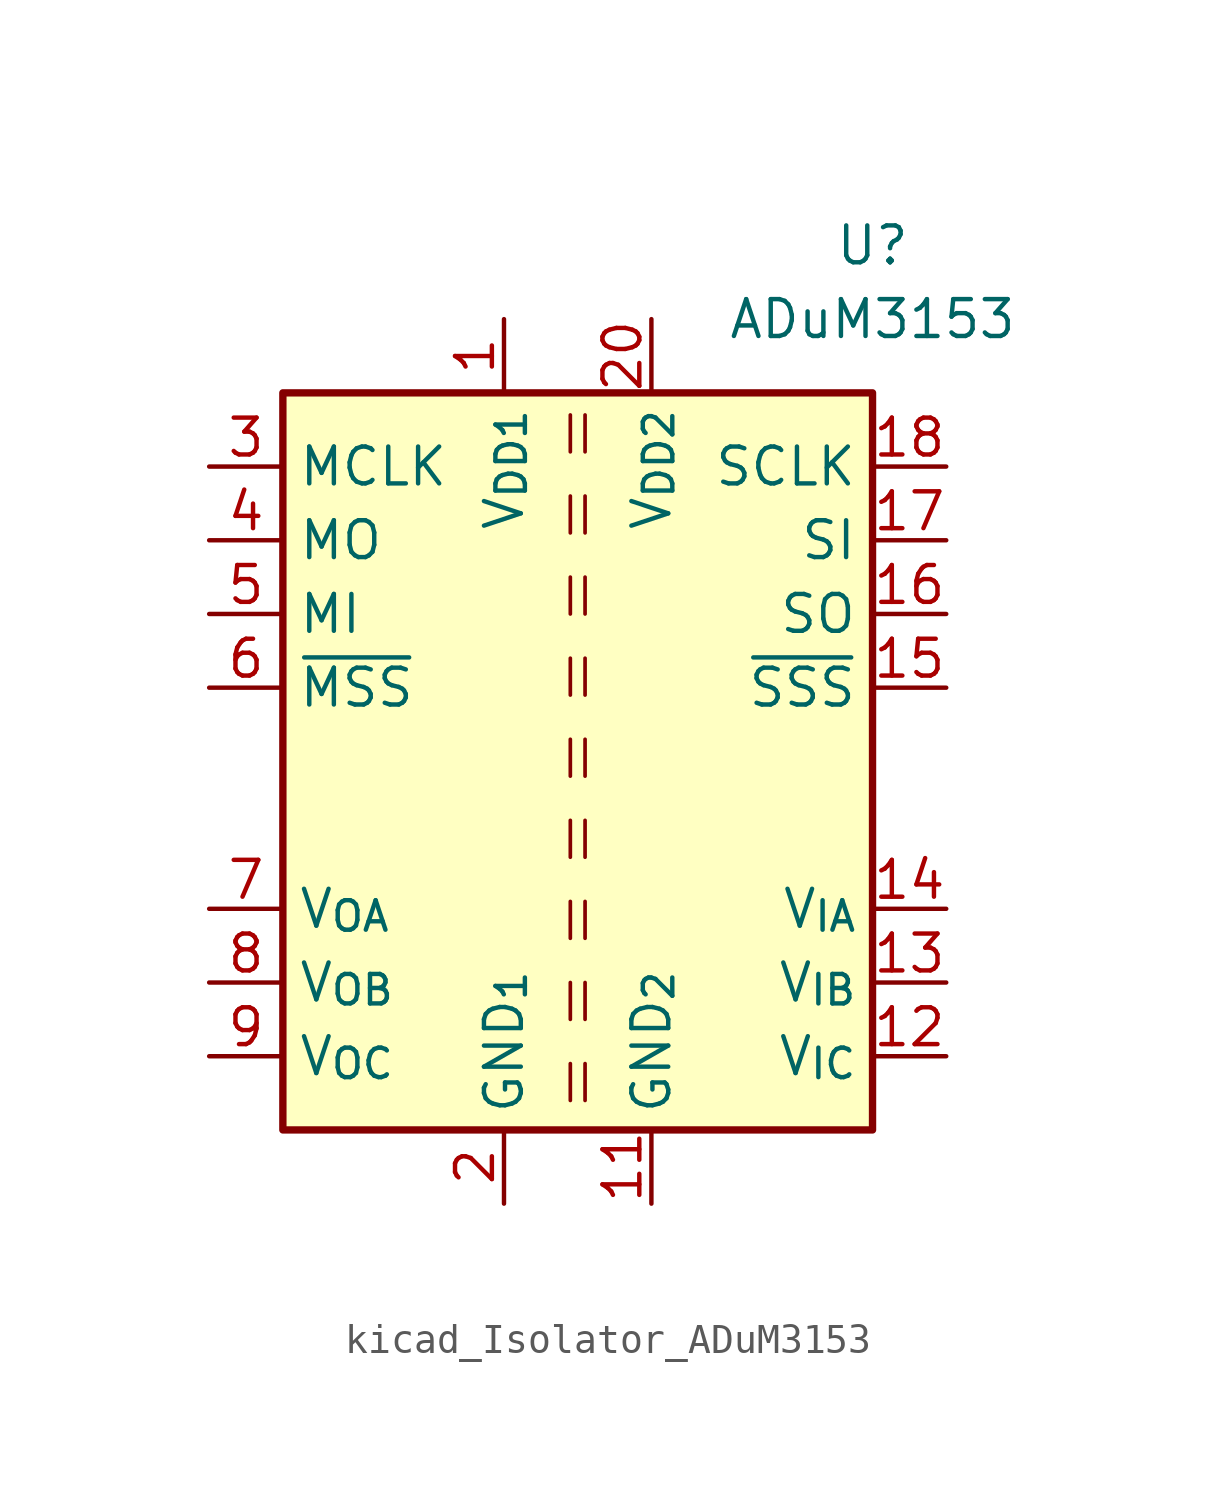
<source format=kicad_sym>
(kicad_symbol_lib
  (version 20220914)
  (generator kicad_symbol_editor)
  (symbol "kicad_Isolator_ADuM3153"
    (property "Reference" "U"
      (at 10.16 17.78 0)
      (effects (font (size 1.27 1.27))))
    (property "Value" "ADuM3153"
      (at 10.16 15.24 0)
      (effects (font (size 1.27 1.27))))
    (symbol "kicad_Isolator_ADuM3153_0_0"
      (rectangle (start -10.16 12.7) (end 10.16 -12.7) (stroke (width 0.254) (type default)) (fill (type background))))
    (symbol "kicad_Isolator_ADuM3153_1_1"
      (polyline (pts (xy -0.254 -10.414) (xy -0.254 -11.684)) (stroke (width 0.127) (type default)) (fill (type none)))
      (polyline (pts (xy -0.254 -7.62) (xy -0.254 -8.89)) (stroke (width 0.127) (type default)) (fill (type none)))
      (polyline (pts (xy -0.254 -4.826) (xy -0.254 -6.096)) (stroke (width 0.127) (type default)) (fill (type none)))
      (polyline (pts (xy -0.254 -2.032) (xy -0.254 -3.302)) (stroke (width 0.127) (type default)) (fill (type none)))
      (polyline (pts (xy -0.254 0.762) (xy -0.254 -0.508)) (stroke (width 0.127) (type default)) (fill (type none)))
      (polyline (pts (xy -0.254 3.556) (xy -0.254 2.286)) (stroke (width 0.127) (type default)) (fill (type none)))
      (polyline (pts (xy -0.254 6.35) (xy -0.254 5.08)) (stroke (width 0.127) (type default)) (fill (type none)))
      (polyline (pts (xy -0.254 9.144) (xy -0.254 7.874)) (stroke (width 0.127) (type default)) (fill (type none)))
      (polyline (pts (xy -0.254 11.938) (xy -0.254 10.668)) (stroke (width 0.127) (type default)) (fill (type none)))
      (polyline (pts (xy 0.254 -10.414) (xy 0.254 -11.684)) (stroke (width 0.127) (type default)) (fill (type none)))
      (polyline (pts (xy 0.254 -7.62) (xy 0.254 -8.89)) (stroke (width 0.127) (type default)) (fill (type none)))
      (polyline (pts (xy 0.254 -4.826) (xy 0.254 -6.096)) (stroke (width 0.127) (type default)) (fill (type none)))
      (polyline (pts (xy 0.254 -2.032) (xy 0.254 -3.302)) (stroke (width 0.127) (type default)) (fill (type none)))
      (polyline (pts (xy 0.254 0.762) (xy 0.254 -0.508)) (stroke (width 0.127) (type default)) (fill (type none)))
      (polyline (pts (xy 0.254 3.556) (xy 0.254 2.286)) (stroke (width 0.127) (type default)) (fill (type none)))
      (polyline (pts (xy 0.254 6.35) (xy 0.254 5.08)) (stroke (width 0.127) (type default)) (fill (type none)))
      (polyline (pts (xy 0.254 9.144) (xy 0.254 7.874)) (stroke (width 0.127) (type default)) (fill (type none)))
      (polyline (pts (xy 0.254 11.938) (xy 0.254 10.668)) (stroke (width 0.127) (type default)) (fill (type none)))
      (pin power_in line (at -2.54 15.24 270) (length 2.54) (name "V_{DD1}" (effects (font (size 1.27 1.27)))) (number "1" (effects (font (size 1.27 1.27)))))
      (pin passive line (at -2.54 -15.24 90) (length 2.54) hide (name "GND_{1}" (effects (font (size 1.27 1.27)))) (number "10" (effects (font (size 1.27 1.27)))))
      (pin power_in line (at 2.54 -15.24 90) (length 2.54) (name "GND_{2}" (effects (font (size 1.27 1.27)))) (number "11" (effects (font (size 1.27 1.27)))))
      (pin input line (at 12.7 -10.16 180) (length 2.54) (name "V_{IC}" (effects (font (size 1.27 1.27)))) (number "12" (effects (font (size 1.27 1.27)))))
      (pin input line (at 12.7 -7.62 180) (length 2.54) (name "V_{IB}" (effects (font (size 1.27 1.27)))) (number "13" (effects (font (size 1.27 1.27)))))
      (pin input line (at 12.7 -5.08 180) (length 2.54) (name "V_{IA}" (effects (font (size 1.27 1.27)))) (number "14" (effects (font (size 1.27 1.27)))))
      (pin output line (at 12.7 2.54 180) (length 2.54) (name "~{SSS}" (effects (font (size 1.27 1.27)))) (number "15" (effects (font (size 1.27 1.27)))))
      (pin input line (at 12.7 5.08 180) (length 2.54) (name "SO" (effects (font (size 1.27 1.27)))) (number "16" (effects (font (size 1.27 1.27)))))
      (pin output line (at 12.7 7.62 180) (length 2.54) (name "SI" (effects (font (size 1.27 1.27)))) (number "17" (effects (font (size 1.27 1.27)))))
      (pin output line (at 12.7 10.16 180) (length 2.54) (name "SCLK" (effects (font (size 1.27 1.27)))) (number "18" (effects (font (size 1.27 1.27)))))
      (pin passive line (at 2.54 -15.24 90) (length 2.54) hide (name "GND_{2}" (effects (font (size 1.27 1.27)))) (number "19" (effects (font (size 1.27 1.27)))))
      (pin power_in line (at -2.54 -15.24 90) (length 2.54) (name "GND_{1}" (effects (font (size 1.27 1.27)))) (number "2" (effects (font (size 1.27 1.27)))))
      (pin power_in line (at 2.54 15.24 270) (length 2.54) (name "V_{DD2}" (effects (font (size 1.27 1.27)))) (number "20" (effects (font (size 1.27 1.27)))))
      (pin input line (at -12.7 10.16 0) (length 2.54) (name "MCLK" (effects (font (size 1.27 1.27)))) (number "3" (effects (font (size 1.27 1.27)))))
      (pin input line (at -12.7 7.62 0) (length 2.54) (name "MO" (effects (font (size 1.27 1.27)))) (number "4" (effects (font (size 1.27 1.27)))))
      (pin output line (at -12.7 5.08 0) (length 2.54) (name "MI" (effects (font (size 1.27 1.27)))) (number "5" (effects (font (size 1.27 1.27)))))
      (pin input line (at -12.7 2.54 0) (length 2.54) (name "~{MSS}" (effects (font (size 1.27 1.27)))) (number "6" (effects (font (size 1.27 1.27)))))
      (pin output line (at -12.7 -5.08 0) (length 2.54) (name "V_{OA}" (effects (font (size 1.27 1.27)))) (number "7" (effects (font (size 1.27 1.27)))))
      (pin output line (at -12.7 -7.62 0) (length 2.54) (name "V_{OB}" (effects (font (size 1.27 1.27)))) (number "8" (effects (font (size 1.27 1.27)))))
      (pin output line (at -12.7 -10.16 0) (length 2.54) (name "V_{OC}" (effects (font (size 1.27 1.27)))) (number "9" (effects (font (size 1.27 1.27))))))))
</source>
